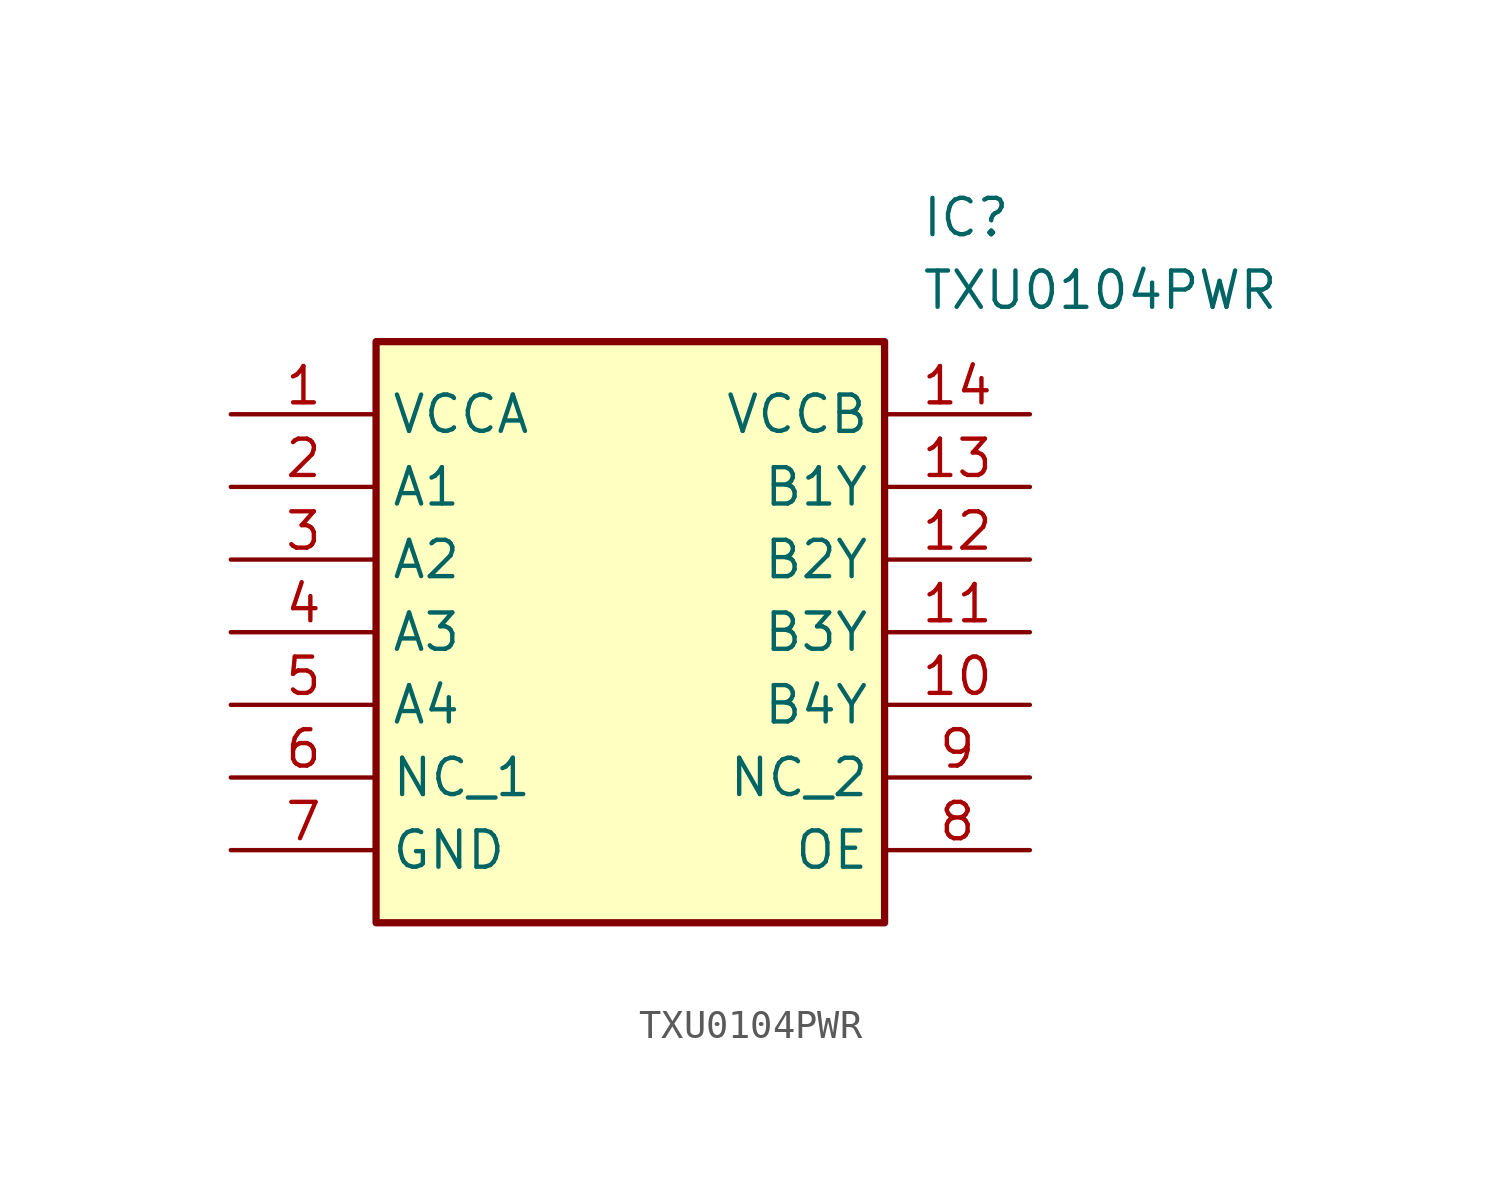
<source format=kicad_sym>
(kicad_symbol_lib
  (version 20211014)
  (generator SamacSys_ECAD_Model)
  (symbol "TXU0104PWR"
    (property "Reference" "IC"
      (at 24.13 7.62 0)
      (effects (font (size 1.27 1.27)) (justify left top)))
    (property "Value" "TXU0104PWR"
      (at 24.13 5.08 0)
      (effects (font (size 1.27 1.27)) (justify left top)))
    (rectangle
      (start 5.08 2.54)
      (end 22.86 -17.78)
      (stroke (width 0.254) (type default))
      (fill (type background)))
    (pin passive line
      (at 0 0 0)
      (length 5.08)
      (name "VCCA" (effects (font (size 1.27 1.27))))
      (number "1" (effects (font (size 1.27 1.27)))))
    (pin passive line
      (at 0 -2.54 0)
      (length 5.08)
      (name "A1" (effects (font (size 1.27 1.27))))
      (number "2" (effects (font (size 1.27 1.27)))))
    (pin passive line
      (at 0 -5.08 0)
      (length 5.08)
      (name "A2" (effects (font (size 1.27 1.27))))
      (number "3" (effects (font (size 1.27 1.27)))))
    (pin passive line
      (at 0 -7.62 0)
      (length 5.08)
      (name "A3" (effects (font (size 1.27 1.27))))
      (number "4" (effects (font (size 1.27 1.27)))))
    (pin passive line
      (at 0 -10.16 0)
      (length 5.08)
      (name "A4" (effects (font (size 1.27 1.27))))
      (number "5" (effects (font (size 1.27 1.27)))))
    (pin passive line
      (at 0 -12.7 0)
      (length 5.08)
      (name "NC_1" (effects (font (size 1.27 1.27))))
      (number "6" (effects (font (size 1.27 1.27)))))
    (pin passive line
      (at 0 -15.24 0)
      (length 5.08)
      (name "GND" (effects (font (size 1.27 1.27))))
      (number "7" (effects (font (size 1.27 1.27)))))
    (pin passive line
      (at 27.94 0 180)
      (length 5.08)
      (name "VCCB" (effects (font (size 1.27 1.27))))
      (number "14" (effects (font (size 1.27 1.27)))))
    (pin passive line
      (at 27.94 -2.54 180)
      (length 5.08)
      (name "B1Y" (effects (font (size 1.27 1.27))))
      (number "13" (effects (font (size 1.27 1.27)))))
    (pin passive line
      (at 27.94 -5.08 180)
      (length 5.08)
      (name "B2Y" (effects (font (size 1.27 1.27))))
      (number "12" (effects (font (size 1.27 1.27)))))
    (pin passive line
      (at 27.94 -7.62 180)
      (length 5.08)
      (name "B3Y" (effects (font (size 1.27 1.27))))
      (number "11" (effects (font (size 1.27 1.27)))))
    (pin passive line
      (at 27.94 -10.16 180)
      (length 5.08)
      (name "B4Y" (effects (font (size 1.27 1.27))))
      (number "10" (effects (font (size 1.27 1.27)))))
    (pin passive line
      (at 27.94 -12.7 180)
      (length 5.08)
      (name "NC_2" (effects (font (size 1.27 1.27))))
      (number "9" (effects (font (size 1.27 1.27)))))
    (pin passive line
      (at 27.94 -15.24 180)
      (length 5.08)
      (name "OE" (effects (font (size 1.27 1.27))))
      (number "8" (effects (font (size 1.27 1.27)))))))
</source>
